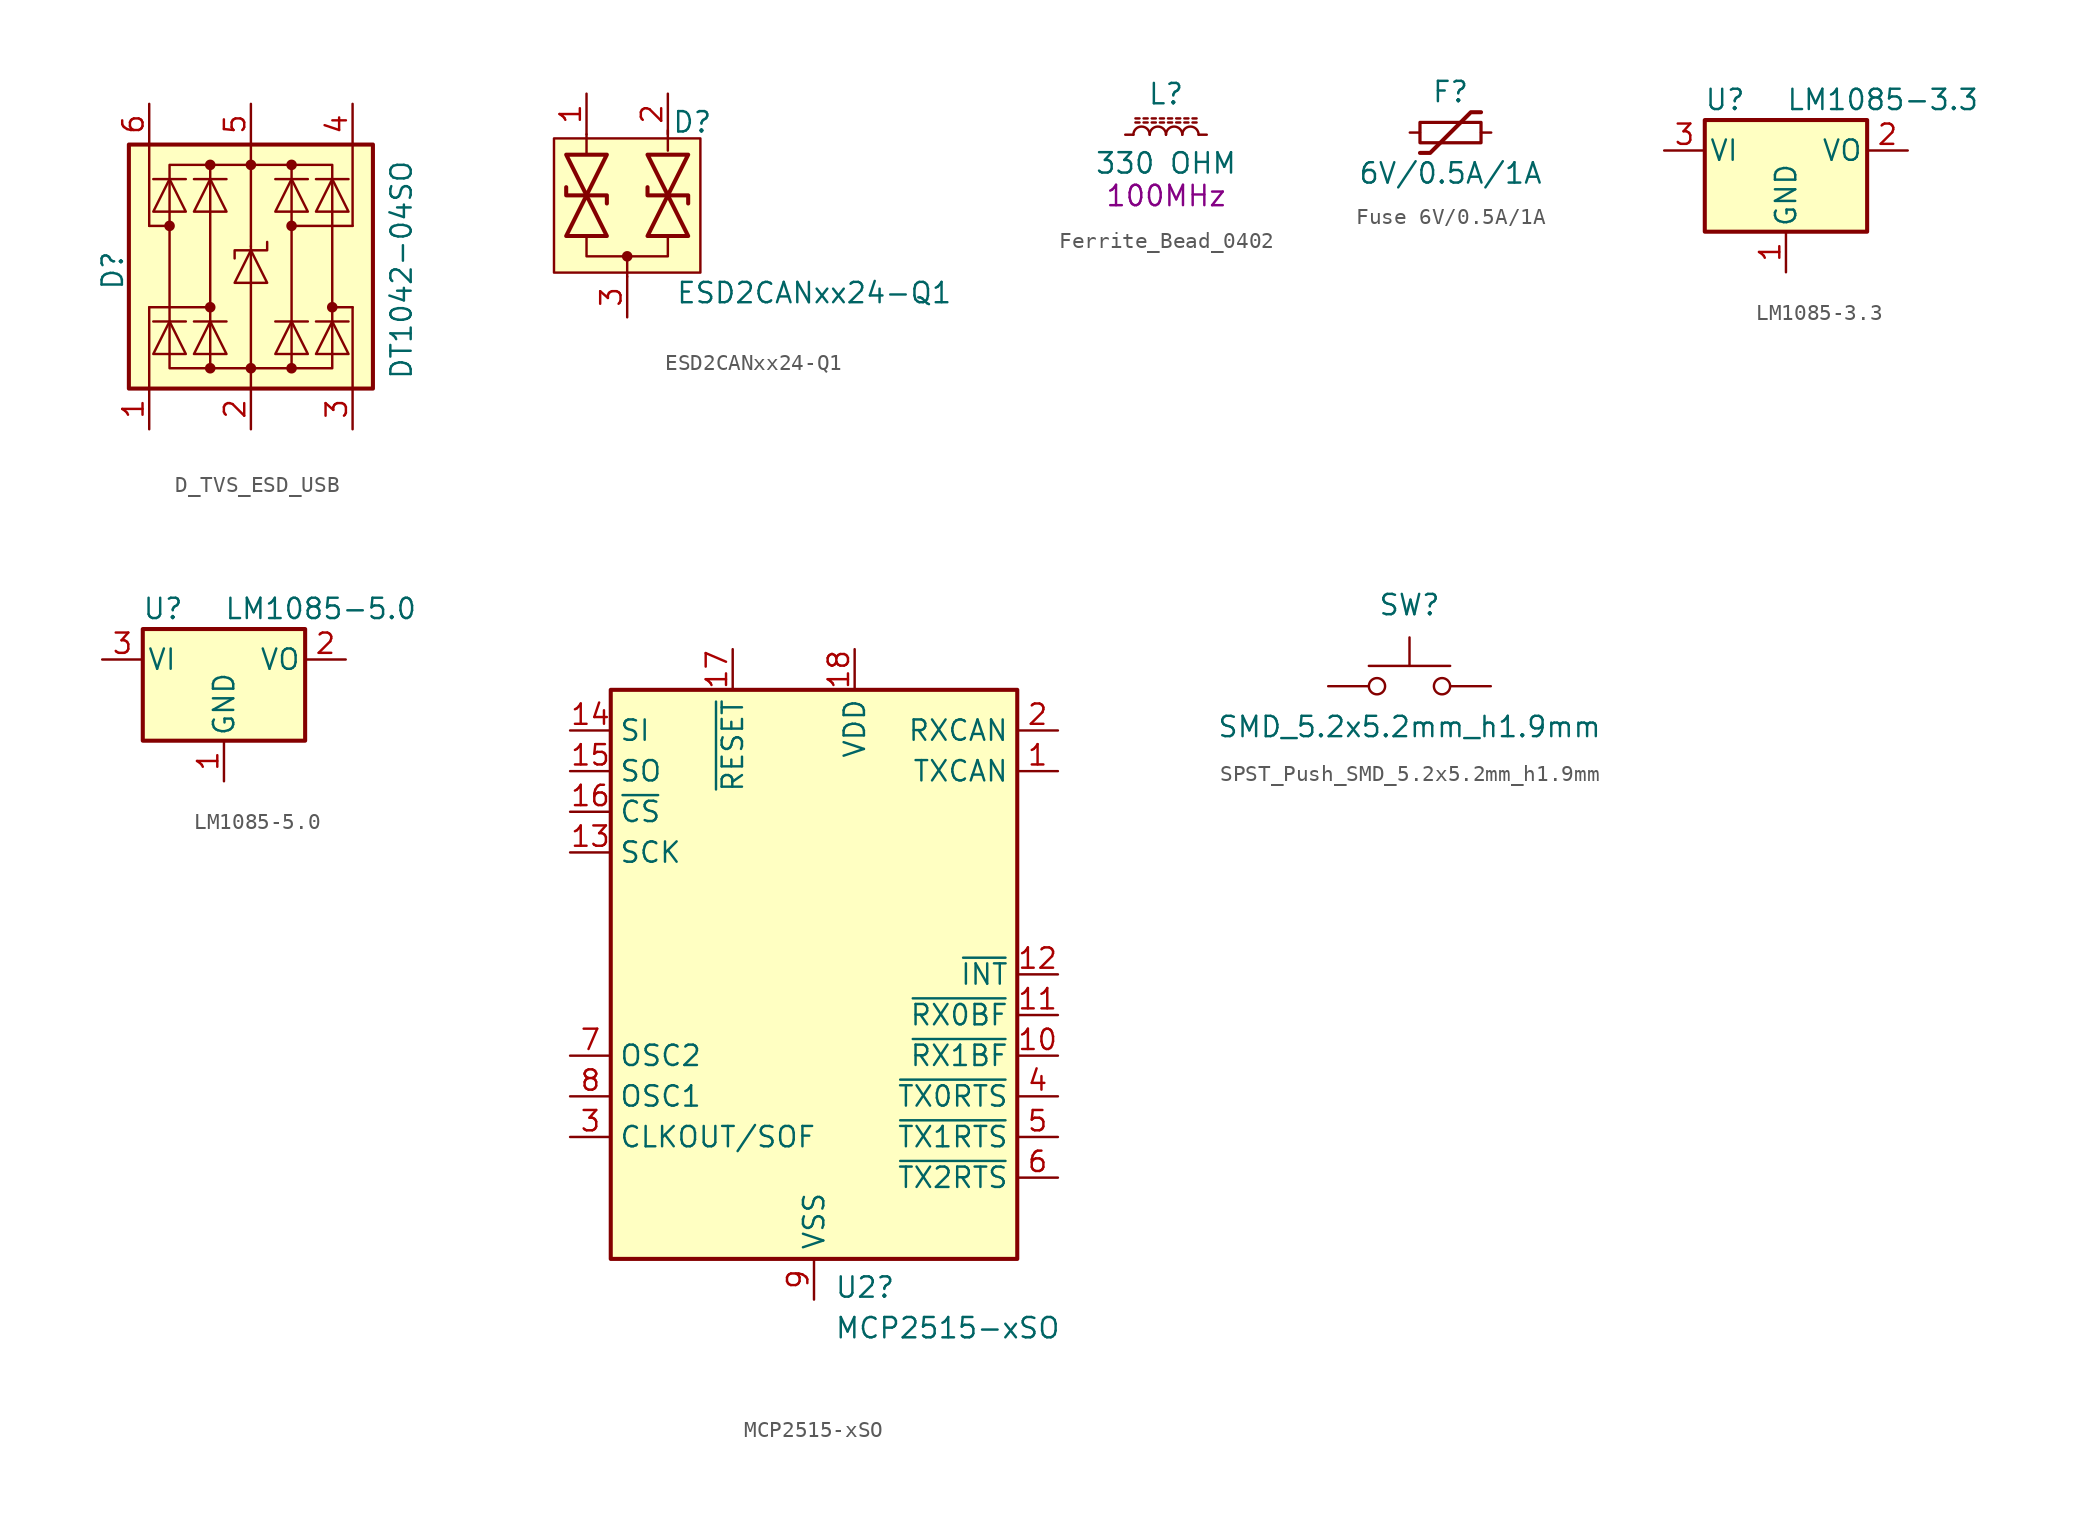
<source format=kicad_sym>
(kicad_symbol_lib
  (version 20241209)
  (generator "kicad_symbol_editor")
  (generator_version "9.0")
  (symbol "D_TVS_ESD_USB"
    (pin_names
      (hide yes))
    (property "Reference" "D"
      (at -8.636 -2.794 90)
      (effects (font (size 1.27 1.27)) (justify left)))
    (property "Value" "DT1042-04SO"
      (at 9.398 -8.382 90)
      (effects (font (size 1.27 1.27)) (justify left)))
    (symbol "D_TVS_ESD_USB_0_1"
      (polyline (pts (xy -6.096 2.159) (xy -4.064 2.159) (xy -5.08 4.191) (xy -6.096 2.159)) (stroke (width 0) (type default)) (fill (type none)))
      (polyline (pts (xy -6.096 -6.731) (xy -4.064 -6.731) (xy -5.08 -4.699) (xy -6.096 -6.731)) (stroke (width 0) (type default)) (fill (type none)))
      (circle (center -5.08 1.27) (radius 0.254) (stroke (width 0) (type default)) (fill (type outline)))
      (polyline (pts (xy -5.08 1.27) (xy -6.35 1.27)) (stroke (width 0) (type default)) (fill (type none)))
      (polyline (pts (xy -4.064 4.191) (xy -6.096 4.191)) (stroke (width 0) (type default)) (fill (type none)))
      (polyline (pts (xy -4.064 -4.699) (xy -6.096 -4.699)) (stroke (width 0) (type default)) (fill (type none)))
      (polyline (pts (xy -3.556 2.159) (xy -1.524 2.159) (xy -2.54 4.191) (xy -3.556 2.159)) (stroke (width 0) (type default)) (fill (type none)))
      (polyline (pts (xy -3.556 -6.731) (xy -1.524 -6.731) (xy -2.54 -4.699) (xy -3.556 -6.731)) (stroke (width 0) (type default)) (fill (type none)))
      (circle (center -2.54 5.08) (radius 0.254) (stroke (width 0) (type default)) (fill (type outline)))
      (rectangle (start -2.54 5.08) (end 2.54 -7.62) (stroke (width 0) (type default)) (fill (type none)))
      (polyline (pts (xy -2.54 5.08) (xy -5.08 5.08) (xy -5.08 -7.62) (xy -2.54 -7.62)) (stroke (width 0) (type default)) (fill (type none)))
      (circle (center -2.54 -3.81) (radius 0.254) (stroke (width 0) (type default)) (fill (type outline)))
      (polyline (pts (xy -2.54 -3.81) (xy -6.35 -3.81)) (stroke (width 0) (type default)) (fill (type none)))
      (circle (center -2.54 -7.62) (radius 0.254) (stroke (width 0) (type default)) (fill (type outline)))
      (polyline (pts (xy -1.524 4.191) (xy -3.556 4.191)) (stroke (width 0) (type default)) (fill (type none)))
      (polyline (pts (xy -1.524 -4.699) (xy -3.556 -4.699)) (stroke (width 0) (type default)) (fill (type none)))
      (polyline (pts (xy -1.016 -2.286) (xy 1.016 -2.286) (xy 0 -0.254) (xy -1.016 -2.286)) (stroke (width 0) (type default)) (fill (type none)))
      (circle (center 0 5.08) (radius 0.254) (stroke (width 0) (type default)) (fill (type outline)))
      (polyline (pts (xy 0 5.08) (xy 0 6.35)) (stroke (width 0) (type default)) (fill (type none)))
      (polyline (pts (xy 0 0) (xy 0 5.08)) (stroke (width 0) (type default)) (fill (type none)))
      (polyline (pts (xy 0 -7.62) (xy 0 0)) (stroke (width 0) (type default)) (fill (type none)))
      (circle (center 0 -7.62) (radius 0.254) (stroke (width 0) (type default)) (fill (type outline)))
      (polyline (pts (xy 0 -8.89) (xy 0 -7.62)) (stroke (width 0) (type default)) (fill (type none)))
      (polyline (pts (xy 1.015 0.268) (xy 1.015 -0.254) (xy -1.016 -0.254) (xy -1.016 -0.762)) (stroke (width 0) (type default)) (fill (type none)))
      (polyline (pts (xy 1.524 4.191) (xy 3.556 4.191)) (stroke (width 0) (type default)) (fill (type none)))
      (polyline (pts (xy 1.524 -4.699) (xy 3.556 -4.699)) (stroke (width 0) (type default)) (fill (type none)))
      (polyline (pts (xy 2.54 5.08) (xy 5.08 5.08) (xy 5.08 -7.62) (xy 2.54 -7.62)) (stroke (width 0) (type default)) (fill (type none)))
      (circle (center 2.54 5.08) (radius 0.254) (stroke (width 0) (type default)) (fill (type outline)))
      (polyline (pts (xy 2.54 1.27) (xy 6.35 1.27)) (stroke (width 0) (type default)) (fill (type none)))
      (circle (center 2.54 1.27) (radius 0.254) (stroke (width 0) (type default)) (fill (type outline)))
      (circle (center 2.54 -7.62) (radius 0.254) (stroke (width 0) (type default)) (fill (type outline)))
      (polyline (pts (xy 3.556 2.159) (xy 1.524 2.159) (xy 2.54 4.191) (xy 3.556 2.159)) (stroke (width 0) (type default)) (fill (type none)))
      (polyline (pts (xy 3.556 -6.731) (xy 1.524 -6.731) (xy 2.54 -4.699) (xy 3.556 -6.731)) (stroke (width 0) (type default)) (fill (type none)))
      (polyline (pts (xy 4.064 4.191) (xy 6.096 4.191)) (stroke (width 0) (type default)) (fill (type none)))
      (polyline (pts (xy 4.064 -4.699) (xy 6.096 -4.699)) (stroke (width 0) (type default)) (fill (type none)))
      (polyline (pts (xy 5.08 -3.81) (xy 6.35 -3.81)) (stroke (width 0) (type default)) (fill (type none)))
      (circle (center 5.08 -3.81) (radius 0.254) (stroke (width 0) (type default)) (fill (type outline)))
      (polyline (pts (xy 6.096 2.159) (xy 4.064 2.159) (xy 5.08 4.191) (xy 6.096 2.159)) (stroke (width 0) (type default)) (fill (type none)))
      (polyline (pts (xy 6.096 -6.731) (xy 4.064 -6.731) (xy 5.08 -4.699) (xy 6.096 -6.731)) (stroke (width 0) (type default)) (fill (type none))))
    (symbol "D_TVS_ESD_USB_1_1"
      (rectangle (start -7.62 6.35) (end 7.62 -8.89) (stroke (width 0.254) (type default)) (fill (type background)))
      (polyline (pts (xy -6.35 6.35) (xy -6.35 1.27)) (stroke (width 0) (type default)) (fill (type none)))
      (polyline (pts (xy -6.35 -8.89) (xy -6.35 -3.81)) (stroke (width 0) (type default)) (fill (type none)))
      (polyline (pts (xy 6.35 1.27) (xy 6.35 6.35)) (stroke (width 0) (type default)) (fill (type none)))
      (polyline (pts (xy 6.35 -3.81) (xy 6.35 -8.89)) (stroke (width 0) (type default)) (fill (type none)))
      (pin passive line (at -6.35 8.89 270) (length 2.54) (name "I/O4" (effects (font (size 1.27 1.27)))) (number "6" (effects (font (size 1.27 1.27)))))
      (pin passive line (at -6.35 -11.43 90) (length 2.54) (name "I/O1" (effects (font (size 1.27 1.27)))) (number "1" (effects (font (size 1.27 1.27)))))
      (pin passive line (at 0 8.89 270) (length 2.54) (name "VCC" (effects (font (size 1.27 1.27)))) (number "5" (effects (font (size 1.27 1.27)))))
      (pin passive line (at 0 -11.43 90) (length 2.54) (name "GND" (effects (font (size 1.27 1.27)))) (number "2" (effects (font (size 1.27 1.27)))))
      (pin passive line (at 6.35 8.89 270) (length 2.54) (name "I/O3" (effects (font (size 1.27 1.27)))) (number "4" (effects (font (size 1.27 1.27)))))
      (pin passive line (at 6.35 -11.43 90) (length 2.54) (name "I/O2" (effects (font (size 1.27 1.27)))) (number "3" (effects (font (size 1.27 1.27)))))))
  (symbol "ESD2CANxx24-Q1"
    (pin_names
      (offset 1.016)
      (hide yes))
    (property "Reference" "D"
      (at 4.064 8.382 0)
      (effects (font (size 1.27 1.27))))
    (property "Value" "ESD2CANxx24-Q1"
      (at 11.684 -2.286 0)
      (effects (font (size 1.27 1.27))))
    (symbol "ESD2CANxx24-Q1_0_0"
      (polyline (pts (xy -2.54 6.35) (xy -2.54 7.62)) (stroke (width 0) (type default)) (fill (type none)))
      (polyline (pts (xy 0 -1.27) (xy 0 0)) (stroke (width 0) (type default)) (fill (type none)))
      (polyline (pts (xy 2.54 6.604) (xy 2.54 7.874)) (stroke (width 0) (type default)) (fill (type none))))
    (symbol "ESD2CANxx24-Q1_0_1"
      (polyline (pts (xy -1.27 6.35) (xy -3.81 1.27) (xy -1.27 1.27) (xy -3.81 6.35) (xy -1.27 6.35)) (stroke (width 0.254) (type default)) (fill (type none)))
      (polyline (pts (xy -1.27 3.302) (xy -1.27 3.81) (xy -3.81 3.81) (xy -3.81 4.318)) (stroke (width 0.254) (type default)) (fill (type none)))
      (circle (center 0 0) (radius 0.254) (stroke (width 0) (type default)) (fill (type outline)))
      (polyline (pts (xy 1.27 6.35) (xy 3.81 1.27) (xy 1.27 1.27) (xy 3.81 6.35) (xy 1.27 6.35)) (stroke (width 0.254) (type default)) (fill (type none)))
      (polyline (pts (xy 1.27 4.318) (xy 1.27 3.81) (xy 3.81 3.81) (xy 3.81 3.302)) (stroke (width 0.254) (type default)) (fill (type none)))
      (polyline (pts (xy 2.54 1.27) (xy 2.54 0) (xy -2.54 0) (xy -2.54 1.27)) (stroke (width 0) (type default)) (fill (type none))))
    (symbol "ESD2CANxx24-Q1_1_1"
      (rectangle (start -4.572 7.366) (end 4.572 -1.016) (stroke (width 0) (type solid)) (fill (type background)))
      (pin passive line (at -2.54 10.16 270) (length 2.54) (name "A1" (effects (font (size 1.27 1.27)))) (number "1" (effects (font (size 1.27 1.27)))))
      (pin passive line (at 0 -3.81 90) (length 2.54) (name "common" (effects (font (size 1.27 1.27)))) (number "3" (effects (font (size 1.27 1.27)))))
      (pin passive line (at 2.54 10.16 270) (length 2.54) (name "A2" (effects (font (size 1.27 1.27)))) (number "2" (effects (font (size 1.27 1.27)))))))
  (symbol "Ferrite_Bead_0402"
    (pin_numbers
      (hide yes))
    (pin_names
      (offset 1.016)
      (hide yes))
    (property "Reference" "L"
      (at 0 2.54 0)
      (effects (font (size 1.27 1.27))))
    (property "Value" "330 OHM"
      (at 0 -1.778 0)
      (effects (font (size 1.27 1.27))))
    (property "Frequency" "100MHz"
      (at 0 -3.81 0)
      (effects (font (size 1.27 1.27))))
    (symbol "Ferrite_Bead_0402_0_1"
      (polyline (pts (xy -1.905 1.016) (xy -1.651 1.016)) (stroke (width 0) (type default)) (fill (type none)))
      (polyline (pts (xy -1.651 0.762) (xy -1.905 0.762)) (stroke (width 0) (type default)) (fill (type none)))
      (arc (start -2.032 0) (mid -1.524 0.5058) (end -1.016 0) (stroke (width 0) (type default)) (fill (type none)))
      (polyline (pts (xy -1.397 1.016) (xy -1.143 1.016)) (stroke (width 0) (type default)) (fill (type none)))
      (polyline (pts (xy -1.143 0.762) (xy -1.397 0.762)) (stroke (width 0) (type default)) (fill (type none)))
      (polyline (pts (xy -0.889 1.016) (xy -0.635 1.016)) (stroke (width 0) (type default)) (fill (type none)))
      (polyline (pts (xy -0.635 0.762) (xy -0.889 0.762)) (stroke (width 0) (type default)) (fill (type none)))
      (arc (start -1.016 0) (mid -0.508 0.5058) (end 0 0) (stroke (width 0) (type default)) (fill (type none)))
      (polyline (pts (xy -0.381 1.016) (xy -0.127 1.016)) (stroke (width 0) (type default)) (fill (type none)))
      (polyline (pts (xy -0.127 0.762) (xy -0.381 0.762)) (stroke (width 0) (type default)) (fill (type none)))
      (polyline (pts (xy 0.127 1.016) (xy 0.381 1.016)) (stroke (width 0) (type default)) (fill (type none)))
      (polyline (pts (xy 0.381 0.762) (xy 0.127 0.762)) (stroke (width 0) (type default)) (fill (type none)))
      (arc (start 0 0) (mid 0.508 0.5058) (end 1.016 0) (stroke (width 0) (type default)) (fill (type none)))
      (polyline (pts (xy 0.635 1.016) (xy 0.889 1.016)) (stroke (width 0) (type default)) (fill (type none)))
      (polyline (pts (xy 0.889 0.762) (xy 0.635 0.762)) (stroke (width 0) (type default)) (fill (type none)))
      (polyline (pts (xy 1.143 1.016) (xy 1.397 1.016)) (stroke (width 0) (type default)) (fill (type none)))
      (polyline (pts (xy 1.397 0.762) (xy 1.143 0.762)) (stroke (width 0) (type default)) (fill (type none)))
      (arc (start 1.016 0) (mid 1.524 0.5058) (end 2.032 0) (stroke (width 0) (type default)) (fill (type none)))
      (polyline (pts (xy 1.651 1.016) (xy 1.905 1.016)) (stroke (width 0) (type default)) (fill (type none)))
      (polyline (pts (xy 1.905 0.762) (xy 1.651 0.762)) (stroke (width 0) (type default)) (fill (type none))))
    (symbol "Ferrite_Bead_0402_1_1"
      (pin passive line (at -2.54 0 0) (length 0.508) (name "~" (effects (font (size 1.27 1.27)))) (number "1" (effects (font (size 1.27 1.27)))))
      (pin passive line (at 2.54 0 180) (length 0.508) (name "~" (effects (font (size 1.27 1.27)))) (number "2" (effects (font (size 1.27 1.27)))))))
  (symbol "Fuse 6V/0.5A/1A"
    (pin_numbers
      (hide yes))
    (pin_names
      (offset 0))
    (property "Reference" "F"
      (at 0 2.54 0)
      (effects (font (size 1.27 1.27))))
    (property "Value" "6V/0.5A/1A"
      (at 0 -2.54 0)
      (effects (font (size 1.27 1.27))))
    (symbol "Fuse 6V/0.5A/1A_0_1"
      (rectangle (start -1.905 0.635) (end 1.905 -0.635) (stroke (width 0.203) (type default)) (fill (type none)))
      (polyline (pts (xy -1.905 -1.27) (xy -1.27 -1.27) (xy 1.27 1.27) (xy 1.905 1.27)) (stroke (width 0.254) (type default)) (fill (type none))))
    (symbol "Fuse 6V/0.5A/1A_1_1"
      (pin passive line (at -2.54 0 0) (length 0.635) (name "~" (effects (font (size 1.27 1.27)))) (number "1" (effects (font (size 1.27 1.27)))))
      (pin passive line (at 2.54 0 180) (length 0.635) (name "~" (effects (font (size 1.27 1.27)))) (number "2" (effects (font (size 1.27 1.27)))))))
  (symbol "LM1085-3.3"
    (pin_names
      (offset 0.254))
    (property "Reference" "U"
      (at -3.81 3.175 0)
      (effects (font (size 1.27 1.27))))
    (property "Value" "LM1085-3.3"
      (at 0 3.175 0)
      (effects (font (size 1.27 1.27)) (justify left)))
    (symbol "LM1085-3.3_0_1"
      (rectangle (start -5.08 1.905) (end 5.08 -5.08) (stroke (width 0.254) (type default)) (fill (type background))))
    (symbol "LM1085-3.3_1_1"
      (pin power_in line (at -7.62 0 0) (length 2.54) (name "VI" (effects (font (size 1.27 1.27)))) (number "3" (effects (font (size 1.27 1.27)))))
      (pin power_in line (at 0 -7.62 90) (length 2.54) (name "GND" (effects (font (size 1.27 1.27)))) (number "1" (effects (font (size 1.27 1.27)))))
      (pin power_out line (at 7.62 0 180) (length 2.54) (name "VO" (effects (font (size 1.27 1.27)))) (number "2" (effects (font (size 1.27 1.27)))))))
  (symbol "LM1085-5.0"
    (pin_names
      (offset 0.254))
    (property "Reference" "U"
      (at -3.81 3.175 0)
      (effects (font (size 1.27 1.27))))
    (property "Value" "LM1085-5.0"
      (at 0 3.175 0)
      (effects (font (size 1.27 1.27)) (justify left)))
    (symbol "LM1085-5.0_0_1"
      (rectangle (start -5.08 1.905) (end 5.08 -5.08) (stroke (width 0.254) (type default)) (fill (type background))))
    (symbol "LM1085-5.0_1_1"
      (pin power_in line (at -7.62 0 0) (length 2.54) (name "VI" (effects (font (size 1.27 1.27)))) (number "3" (effects (font (size 1.27 1.27)))))
      (pin power_in line (at 0 -7.62 90) (length 2.54) (name "GND" (effects (font (size 1.27 1.27)))) (number "1" (effects (font (size 1.27 1.27)))))
      (pin power_out line (at 7.62 0 180) (length 2.54) (name "VO" (effects (font (size 1.27 1.27)))) (number "2" (effects (font (size 1.27 1.27)))))))
  (symbol "MCP2515-xSO"
    (property "Reference" "U2"
      (at 1.27 -19.558 0)
      (effects (font (size 1.27 1.27)) (justify left)))
    (property "Value" "MCP2515-xSO"
      (at 1.27 -22.098 0)
      (effects (font (size 1.27 1.27)) (justify left)))
    (symbol "MCP2515-xSO_0_1"
      (rectangle (start -12.7 17.78) (end 12.7 -17.78) (stroke (width 0.254) (type default)) (fill (type background))))
    (symbol "MCP2515-xSO_1_1"
      (pin input line (at -15.24 15.24 0) (length 2.54) (name "SI" (effects (font (size 1.27 1.27)))) (number "14" (effects (font (size 1.27 1.27)))))
      (pin output line (at -15.24 12.7 0) (length 2.54) (name "SO" (effects (font (size 1.27 1.27)))) (number "15" (effects (font (size 1.27 1.27)))))
      (pin input line (at -15.24 10.16 0) (length 2.54) (name "~{CS}" (effects (font (size 1.27 1.27)))) (number "16" (effects (font (size 1.27 1.27)))))
      (pin input line (at -15.24 7.62 0) (length 2.54) (name "SCK" (effects (font (size 1.27 1.27)))) (number "13" (effects (font (size 1.27 1.27)))))
      (pin output line (at -15.24 -5.08 0) (length 2.54) (name "OSC2" (effects (font (size 1.27 1.27)))) (number "7" (effects (font (size 1.27 1.27)))))
      (pin input line (at -15.24 -7.62 0) (length 2.54) (name "OSC1" (effects (font (size 1.27 1.27)))) (number "8" (effects (font (size 1.27 1.27)))))
      (pin output line (at -15.24 -10.16 0) (length 2.54) (name "CLKOUT/SOF" (effects (font (size 1.27 1.27)))) (number "3" (effects (font (size 1.27 1.27)))))
      (pin input line (at -5.08 20.32 270) (length 2.54) (name "~{RESET}" (effects (font (size 1.27 1.27)))) (number "17" (effects (font (size 1.27 1.27)))))
      (pin power_in line (at 0 -20.32 90) (length 2.54) (name "VSS" (effects (font (size 1.27 1.27)))) (number "9" (effects (font (size 1.27 1.27)))))
      (pin power_in line (at 2.54 20.32 270) (length 2.54) (name "VDD" (effects (font (size 1.27 1.27)))) (number "18" (effects (font (size 1.27 1.27)))))
      (pin input line (at 15.24 15.24 180) (length 2.54) (name "RXCAN" (effects (font (size 1.27 1.27)))) (number "2" (effects (font (size 1.27 1.27)))))
      (pin output line (at 15.24 12.7 180) (length 2.54) (name "TXCAN" (effects (font (size 1.27 1.27)))) (number "1" (effects (font (size 1.27 1.27)))))
      (pin output line (at 15.24 0 180) (length 2.54) (name "~{INT}" (effects (font (size 1.27 1.27)))) (number "12" (effects (font (size 1.27 1.27)))))
      (pin output line (at 15.24 -2.54 180) (length 2.54) (name "~{RX0BF}" (effects (font (size 1.27 1.27)))) (number "11" (effects (font (size 1.27 1.27)))))
      (pin output line (at 15.24 -5.08 180) (length 2.54) (name "~{RX1BF}" (effects (font (size 1.27 1.27)))) (number "10" (effects (font (size 1.27 1.27)))))
      (pin input line (at 15.24 -7.62 180) (length 2.54) (name "~{TX0RTS}" (effects (font (size 1.27 1.27)))) (number "4" (effects (font (size 1.27 1.27)))))
      (pin input line (at 15.24 -10.16 180) (length 2.54) (name "~{TX1RTS}" (effects (font (size 1.27 1.27)))) (number "5" (effects (font (size 1.27 1.27)))))
      (pin input line (at 15.24 -12.7 180) (length 2.54) (name "~{TX2RTS}" (effects (font (size 1.27 1.27)))) (number "6" (effects (font (size 1.27 1.27)))))))
  (symbol "SPST_Push_SMD_5.2x5.2mm_h1.9mm"
    (pin_numbers
      (hide yes))
    (pin_names
      (offset 0)
      (hide yes))
    (property "Reference" "SW"
      (at 0 5.08 0)
      (effects (font (size 1.27 1.27))))
    (property "Value" "SMD_5.2x5.2mm_h1.9mm"
      (at 0 -2.54 0)
      (effects (font (size 1.27 1.27))))
    (symbol "SPST_Push_SMD_5.2x5.2mm_h1.9mm_0_1"
      (circle (center -2.032 0) (radius 0.508) (stroke (width 0) (type default)) (fill (type none)))
      (polyline (pts (xy 0 1.27) (xy 0 3.048)) (stroke (width 0) (type default)) (fill (type none)))
      (circle (center 2.032 0) (radius 0.508) (stroke (width 0) (type default)) (fill (type none)))
      (polyline (pts (xy 2.54 1.27) (xy -2.54 1.27)) (stroke (width 0) (type default)) (fill (type none))))
    (symbol "SPST_Push_SMD_5.2x5.2mm_h1.9mm_1_1"
      (pin passive line (at -5.08 0 0) (length 2.54) (name "1" (effects (font (size 1.27 1.27)))) (number "1" (effects (font (size 1.27 1.27)))))
      (pin passive line (at 5.08 0 180) (length 2.54) (name "2" (effects (font (size 1.27 1.27)))) (number "2" (effects (font (size 1.27 1.27))))))))
</source>
